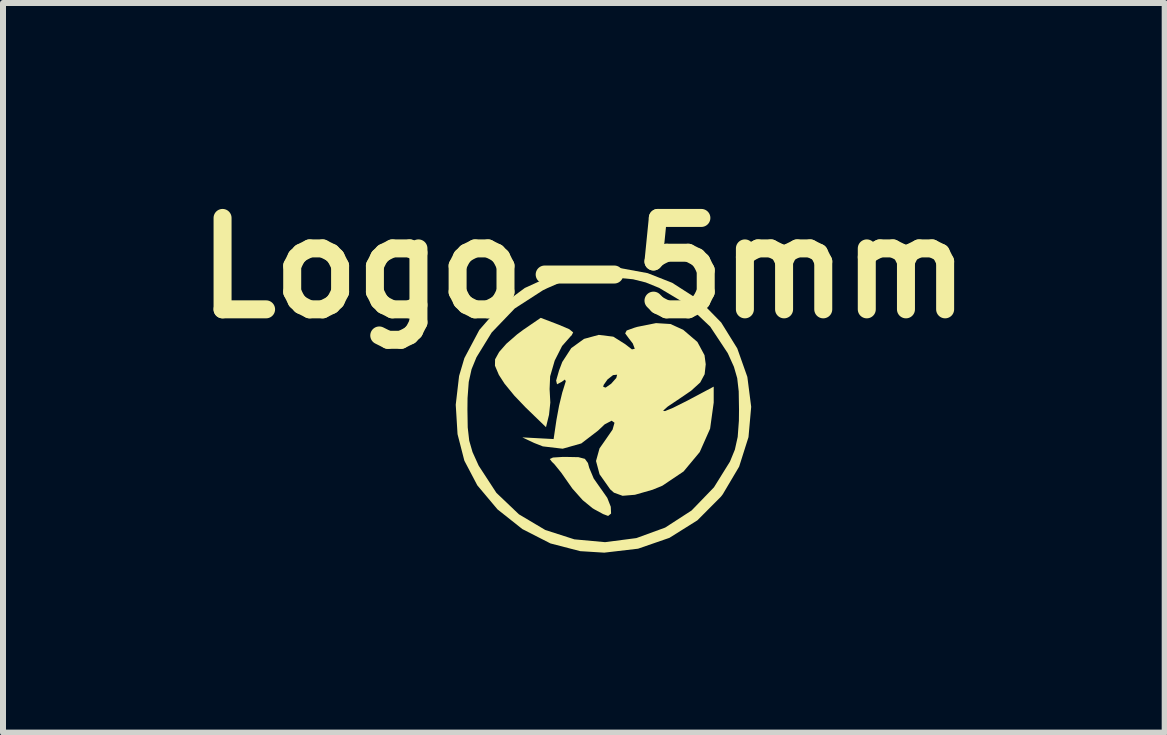
<source format=kicad_pcb>
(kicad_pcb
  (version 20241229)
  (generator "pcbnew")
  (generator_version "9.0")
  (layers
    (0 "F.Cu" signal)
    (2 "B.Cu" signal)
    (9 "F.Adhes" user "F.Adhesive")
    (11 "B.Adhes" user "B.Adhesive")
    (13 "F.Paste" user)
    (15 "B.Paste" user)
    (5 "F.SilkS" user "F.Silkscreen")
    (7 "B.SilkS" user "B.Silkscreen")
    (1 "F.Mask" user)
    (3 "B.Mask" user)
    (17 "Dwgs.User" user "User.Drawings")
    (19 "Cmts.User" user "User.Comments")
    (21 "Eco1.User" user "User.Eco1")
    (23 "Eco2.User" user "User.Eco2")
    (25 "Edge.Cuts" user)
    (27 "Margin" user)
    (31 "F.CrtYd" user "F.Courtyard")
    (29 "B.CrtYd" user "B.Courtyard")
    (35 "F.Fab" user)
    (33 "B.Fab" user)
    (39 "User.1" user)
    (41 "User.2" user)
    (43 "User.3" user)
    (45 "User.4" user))
  (footprint "Logo-5mm"
    (layer "F.Cu")
    (at 7.007 3.776)
    (property "Reference" "Logo-5mm" (at -0.323 -2.358 0) (layer "F.SilkS") (effects (font (size 1.524 1.524) (thickness 0.3))))
    (attr board_only exclude_from_pos_files exclude_from_bom)
    (fp_poly (pts (xy -0.741 -1.412) (xy -0.567 -1.338) (xy -0.501 -1.284) (xy -0.527 -1.234) (xy -0.539 -1.224) (xy -0.686 -1.057) (xy -0.809 -0.814) (xy -0.885 -0.552) (xy -0.894 -0.339) (xy -0.882 -0.115) (xy -0.904 0.093) (xy -0.906 0.099) (xy -0.954 0.296) (xy -1.294 -0.033) (xy -1.483 -0.231) (xy -1.645 -0.429) (xy -1.74 -0.576) (xy -1.805 -0.729) (xy -1.803 -0.835) (xy -1.735 -0.958) (xy -1.616 -1.094) (xy -1.436 -1.251) (xy -1.334 -1.327) (xy -1.042 -1.527)) (stroke (width 0) (type solid)) (fill yes) (layer "F.SilkS"))
    (fp_poly (pts (xy -0.413 0.796) (xy -0.306 0.824) (xy -0.255 0.893) (xy -0.233 0.974) (xy -0.159 1.151) (xy -0.036 1.327) (xy -0.031 1.333) (xy 0.068 1.475) (xy 0.126 1.623) (xy 0.131 1.736) (xy 0.082 1.776) (xy -0.001 1.745) (xy -0.145 1.667) (xy -0.178 1.647) (xy -0.343 1.512) (xy -0.513 1.321) (xy -0.573 1.236) (xy -0.699 1.056) (xy -0.813 0.915) (xy -0.855 0.874) (xy -0.891 0.827) (xy -0.838 0.802) (xy -0.677 0.792) (xy -0.614 0.792)) (stroke (width 0) (type solid)) (fill yes) (layer "F.SilkS"))
    (fp_poly (pts (xy 0.741 -2.272) (xy 1.15 -2.111) (xy 1.604 -1.82) (xy 1.967 -1.449) (xy 2.235 -1.017) (xy 2.403 -0.542) (xy 2.467 -0.043) (xy 2.422 0.462) (xy 2.266 0.954) (xy 1.993 1.415) (xy 1.963 1.454) (xy 1.57 1.849) (xy 1.104 2.141) (xy 0.581 2.322) (xy 0.017 2.388) (xy -0.383 2.363) (xy -0.88 2.234) (xy -1.348 1.995) (xy -1.763 1.666) (xy -2.099 1.266) (xy -2.315 0.855) (xy -2.429 0.412) (xy -2.454 0) (xy -2.264 0) (xy -2.259 0.301) (xy -2.234 0.521) (xy -2.179 0.711) (xy -2.084 0.921) (xy -2.075 0.94) (xy -1.781 1.391) (xy -1.405 1.749) (xy -0.966 2.01) (xy -0.481 2.166) (xy 0.031 2.213) (xy 0.553 2.145) (xy 1.033 1.97) (xy 1.473 1.685) (xy 1.846 1.299) (xy 2.113 0.87) (xy 2.195 0.67) (xy 2.242 0.458) (xy 2.262 0.189) (xy 2.264 0) (xy 2.259 -0.301) (xy 2.234 -0.521) (xy 2.179 -0.711) (xy 2.084 -0.921) (xy 2.075 -0.94) (xy 1.783 -1.381) (xy 1.391 -1.752) (xy 0.933 -2.026) (xy 0.709 -2.117) (xy 0.497 -2.17) (xy 0.246 -2.194) (xy -0.006 -2.199) (xy -0.304 -2.194) (xy -0.523 -2.17) (xy -0.716 -2.116) (xy -0.934 -2.021) (xy -1.006 -1.986) (xy -1.475 -1.683) (xy -1.859 -1.283) (xy -2.113 -0.87) (xy -2.195 -0.67) (xy -2.242 -0.458) (xy -2.262 -0.189) (xy -2.264 0) (xy -2.454 0) (xy -2.459 -0.077) (xy -2.403 -0.558) (xy -2.315 -0.855) (xy -2.065 -1.326) (xy -1.723 -1.718) (xy -1.307 -2.025) (xy -0.834 -2.241) (xy -0.323 -2.358) (xy 0.207 -2.37)) (stroke (width 0) (type solid)) (fill yes) (layer "F.SilkS"))
    (fp_poly (pts (xy 1.121 -1.424) (xy 1.33 -1.329) (xy 1.334 -1.327) (xy 1.57 -1.125) (xy 1.689 -0.904) (xy 1.709 -0.753) (xy 1.691 -0.587) (xy 1.617 -0.449) (xy 1.465 -0.311) (xy 1.267 -0.176) (xy 1.076 -0.048) (xy 0.998 0.021) (xy 1.029 0.028) (xy 1.162 -0.026) (xy 1.394 -0.142) (xy 1.415 -0.153) (xy 1.842 -0.38) (xy 1.842 -0.115) (xy 1.782 0.321) (xy 1.609 0.711) (xy 1.339 1.035) (xy 0.986 1.272) (xy 0.823 1.339) (xy 0.529 1.423) (xy 0.323 1.44) (xy 0.179 1.388) (xy 0.117 1.333) (xy -0.061 1.081) (xy -0.12 0.86) (xy -0.062 0.65) (xy 0.033 0.514) (xy 0.156 0.336) (xy 0.188 0.222) (xy 0.14 0.188) (xy 0.024 0.249) (xy -0.085 0.352) (xy -0.365 0.567) (xy -0.676 0.655) (xy -1.007 0.616) (xy -1.152 0.559) (xy -1.349 0.466) (xy -1.088 0.48) (xy -0.827 0.494) (xy -0.78 0.176) (xy -0.736 -0.062) (xy -0.683 -0.281) (xy -0.664 -0.341) (xy -0.653 -0.377) (xy 0 -0.377) (xy 0.04 -0.364) (xy 0.132 -0.428) (xy 0.218 -0.525) (xy 0.232 -0.579) (xy 0.164 -0.572) (xy 0.072 -0.5) (xy 0.007 -0.408) (xy 0 -0.377) (xy -0.653 -0.377) (xy -0.624 -0.47) (xy -0.639 -0.498) (xy -0.692 -0.46) (xy -0.77 -0.419) (xy -0.785 -0.481) (xy -0.736 -0.651) (xy -0.683 -0.791) (xy -0.533 -1.022) (xy -0.32 -1.176) (xy -0.075 -1.243) (xy 0.168 -1.213) (xy 0.365 -1.089) (xy 0.479 -1.001) (xy 0.526 -1.011) (xy 0.493 -1.099) (xy 0.422 -1.191) (xy 0.366 -1.268) (xy 0.391 -1.316) (xy 0.519 -1.362) (xy 0.57 -1.377) (xy 0.88 -1.439)) (stroke (width 0) (type solid)) (fill yes) (layer "F.SilkS")))
  (gr_rect
    (start -3 -3)
    (end 16.368 9.164)
    (stroke (width 0.1) (type default))
    (fill no)
    (layer "Edge.Cuts")))
</source>
